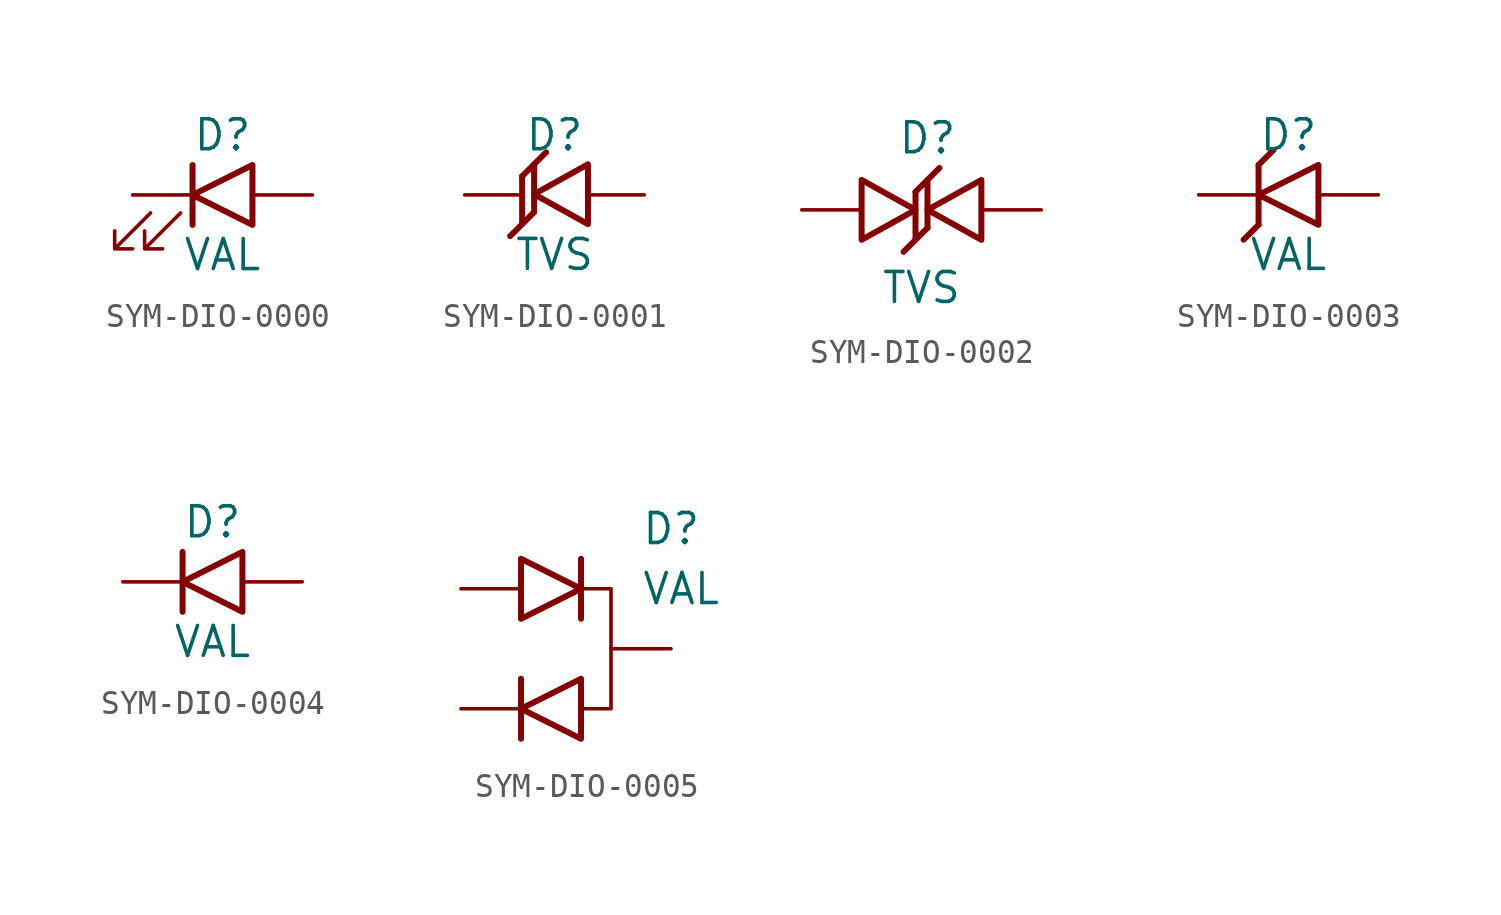
<source format=kicad_sym>
(kicad_symbol_lib
  (version 20241209)
  (generator "kicad_symbol_editor")
  (generator_version "9.0")
  (symbol "SYM-DIO-0000"
    (pin_numbers
      (hide yes))
    (pin_names
      (offset 1.016)
      (hide yes))
    (property "Reference" "D"
      (at 0 2.54 0)
      (effects (font (size 1.27 1.27))))
    (property "Value" "VAL"
      (at 0 -2.54 0)
      (effects (font (size 1.27 1.27))))
    (symbol "SYM-DIO-0000_0_1"
      (polyline (pts (xy -3.048 -0.762) (xy -4.572 -2.286) (xy -3.81 -2.286) (xy -4.572 -2.286) (xy -4.572 -1.524)) (stroke (width 0) (type default)) (fill (type none)))
      (polyline (pts (xy -1.778 -0.762) (xy -3.302 -2.286) (xy -2.54 -2.286) (xy -3.302 -2.286) (xy -3.302 -1.524)) (stroke (width 0) (type default)) (fill (type none)))
      (polyline (pts (xy -1.27 -1.27) (xy -1.27 1.27)) (stroke (width 0.254) (type default)) (fill (type none)))
      (polyline (pts (xy 1.27 -1.27) (xy 1.27 1.27) (xy -1.27 0) (xy 1.27 -1.27)) (stroke (width 0.254) (type default)) (fill (type none))))
    (symbol "SYM-DIO-0000_1_1"
      (pin passive line (at -3.81 0 0) (length 2.54) (name "K" (effects (font (size 1.27 1.27)))) (number "1" (effects (font (size 1.27 1.27)))))
      (pin passive line (at 3.81 0 180) (length 2.54) (name "A" (effects (font (size 1.27 1.27)))) (number "2" (effects (font (size 1.27 1.27)))))))
  (symbol "SYM-DIO-0001"
    (pin_numbers
      (hide yes))
    (pin_names
      (offset 1.016)
      (hide yes))
    (property "Reference" "D"
      (at 0 2.54 0)
      (effects (font (size 1.27 1.27))))
    (property "Value" "TVS"
      (at 0 -2.54 0)
      (effects (font (size 1.27 1.27))))
    (symbol "SYM-DIO-0001_0_1"
      (polyline (pts (xy 1.42 1.297) (xy 1.42 -1.243) (xy -0.866 0.027) (xy 1.42 1.297)) (stroke (width 0.254) (type default)) (fill (type none))))
    (symbol "SYM-DIO-0001_1_1"
      (polyline (pts (xy -1.374 0.789) (xy -1.374 -1.243)) (stroke (width 0.254) (type solid)) (fill (type none)))
      (polyline (pts (xy -0.866 1.297) (xy -0.866 -0.735)) (stroke (width 0.254) (type solid)) (fill (type none)))
      (polyline (pts (xy -0.866 -0.735) (xy -1.882 -1.751)) (stroke (width 0.254) (type solid)) (fill (type none)))
      (polyline (pts (xy -0.358 1.805) (xy -1.374 0.789)) (stroke (width 0.254) (type solid)) (fill (type none)))
      (pin passive line (at -3.81 0 0) (length 2.3) (name "K" (effects (font (size 1.27 1.27)))) (number "1" (effects (font (size 1.27 1.27)))))
      (pin passive line (at 3.81 0 180) (length 2.3) (name "A" (effects (font (size 1.27 1.27)))) (number "2" (effects (font (size 1.27 1.27)))))))
  (symbol "SYM-DIO-0002"
    (pin_numbers
      (hide yes))
    (pin_names
      (offset 1.016)
      (hide yes))
    (property "Reference" "D"
      (at 0.254 3.048 0)
      (effects (font (size 1.27 1.27))))
    (property "Value" "TVS"
      (at 0 -3.302 0)
      (effects (font (size 1.27 1.27))))
    (symbol "SYM-DIO-0002_0_1"
      (polyline (pts (xy -2.54 -1.27) (xy -2.54 1.27) (xy -0.254 0) (xy -2.54 -1.27)) (stroke (width 0.254) (type default)) (fill (type none)))
      (polyline (pts (xy 2.54 1.27) (xy 2.54 -1.27) (xy 0.254 0) (xy 2.54 1.27)) (stroke (width 0.254) (type default)) (fill (type none))))
    (symbol "SYM-DIO-0002_1_1"
      (polyline (pts (xy -0.254 0.762) (xy -0.254 -1.27)) (stroke (width 0.254) (type solid)) (fill (type none)))
      (polyline (pts (xy 0.254 1.27) (xy 0.254 -0.762)) (stroke (width 0.254) (type solid)) (fill (type none)))
      (polyline (pts (xy 0.254 -0.762) (xy -0.762 -1.778)) (stroke (width 0.254) (type solid)) (fill (type none)))
      (polyline (pts (xy 0.762 1.778) (xy -0.254 0.762)) (stroke (width 0.254) (type solid)) (fill (type none)))
      (pin passive line (at -5.08 0 0) (length 2.54) (name "K" (effects (font (size 1.27 1.27)))) (number "1" (effects (font (size 1.27 1.27)))))
      (pin passive line (at 5.08 0 180) (length 2.54) (name "A" (effects (font (size 1.27 1.27)))) (number "2" (effects (font (size 1.27 1.27)))))))
  (symbol "SYM-DIO-0003"
    (pin_numbers
      (hide yes))
    (pin_names
      (offset 1.016)
      (hide yes))
    (property "Reference" "D"
      (at 0 2.54 0)
      (effects (font (size 1.27 1.27))))
    (property "Value" "VAL"
      (at 0 -2.54 0)
      (effects (font (size 1.27 1.27))))
    (symbol "SYM-DIO-0003_0_1"
      (polyline (pts (xy 1.27 -1.27) (xy 1.27 1.27) (xy -1.27 0) (xy 1.27 -1.27)) (stroke (width 0.254) (type default)) (fill (type none))))
    (symbol "SYM-DIO-0003_1_1"
      (polyline (pts (xy -1.27 1.27) (xy -0.635 1.905)) (stroke (width 0.254) (type solid)) (fill (type none)))
      (polyline (pts (xy -1.27 -1.27) (xy -1.905 -1.905)) (stroke (width 0.254) (type solid)) (fill (type none)))
      (polyline (pts (xy -1.27 -1.27) (xy -1.27 1.27)) (stroke (width 0.254) (type solid)) (fill (type none)))
      (pin passive line (at -3.81 0 0) (length 2.54) (name "K" (effects (font (size 1.27 1.27)))) (number "1" (effects (font (size 1.27 1.27)))))
      (pin passive line (at 3.81 0 180) (length 2.54) (name "A" (effects (font (size 1.27 1.27)))) (number "2" (effects (font (size 1.27 1.27)))))))
  (symbol "SYM-DIO-0004"
    (pin_numbers
      (hide yes))
    (pin_names
      (offset 1.016)
      (hide yes))
    (property "Reference" "D"
      (at 0 2.54 0)
      (effects (font (size 1.27 1.27))))
    (property "Value" "VAL"
      (at 0 -2.54 0)
      (effects (font (size 1.27 1.27))))
    (symbol "SYM-DIO-0004_0_1"
      (polyline (pts (xy -1.27 1.27) (xy -1.27 -1.27)) (stroke (width 0.254) (type default)) (fill (type none)))
      (polyline (pts (xy 1.27 1.27) (xy 1.27 -1.27) (xy -1.27 0) (xy 1.27 1.27)) (stroke (width 0.254) (type default)) (fill (type none))))
    (symbol "SYM-DIO-0004_1_1"
      (pin passive line (at -3.81 0 0) (length 2.54) (name "K" (effects (font (size 1.27 1.27)))) (number "1" (effects (font (size 1.27 1.27)))))
      (pin passive line (at 3.81 0 180) (length 2.54) (name "A" (effects (font (size 1.27 1.27)))) (number "2" (effects (font (size 1.27 1.27)))))))
  (symbol "SYM-DIO-0005"
    (pin_numbers
      (hide yes))
    (pin_names
      (offset 1.016)
      (hide yes))
    (property "Reference" "D"
      (at 2.54 5.08 0)
      (effects (font (size 1.27 1.27)) (justify left)))
    (property "Value" "VAL"
      (at 2.54 2.54 0)
      (effects (font (size 1.27 1.27)) (justify left)))
    (symbol "SYM-DIO-0005_0_1"
      (polyline (pts (xy -2.54 1.27) (xy -2.54 3.81) (xy 0 2.54) (xy -2.54 1.27)) (stroke (width 0.254) (type default)) (fill (type none)))
      (polyline (pts (xy -2.54 -1.27) (xy -2.54 -3.81)) (stroke (width 0.254) (type default)) (fill (type none)))
      (polyline (pts (xy 0 2.54) (xy 1.27 2.54) (xy 1.27 -2.54) (xy 0 -2.54)) (stroke (width 0) (type default)) (fill (type none)))
      (polyline (pts (xy 0 1.27) (xy 0 3.81)) (stroke (width 0.254) (type default)) (fill (type none)))
      (polyline (pts (xy 0 -1.27) (xy 0 -3.81) (xy -2.54 -2.54) (xy 0 -1.27)) (stroke (width 0.254) (type default)) (fill (type none))))
    (symbol "SYM-DIO-0005_1_1"
      (pin passive line (at -5.08 2.54 0) (length 2.54) (name "A1" (effects (font (size 1.27 1.27)))) (number "1" (effects (font (size 1.27 1.27)))))
      (pin passive line (at -5.08 -2.54 0) (length 2.54) (name "K1" (effects (font (size 1.27 1.27)))) (number "2" (effects (font (size 1.27 1.27)))))
      (pin passive line (at 3.81 0 180) (length 2.54) (name "K1,A2" (effects (font (size 1.27 1.27)))) (number "3" (effects (font (size 1.27 1.27))))))))
</source>
